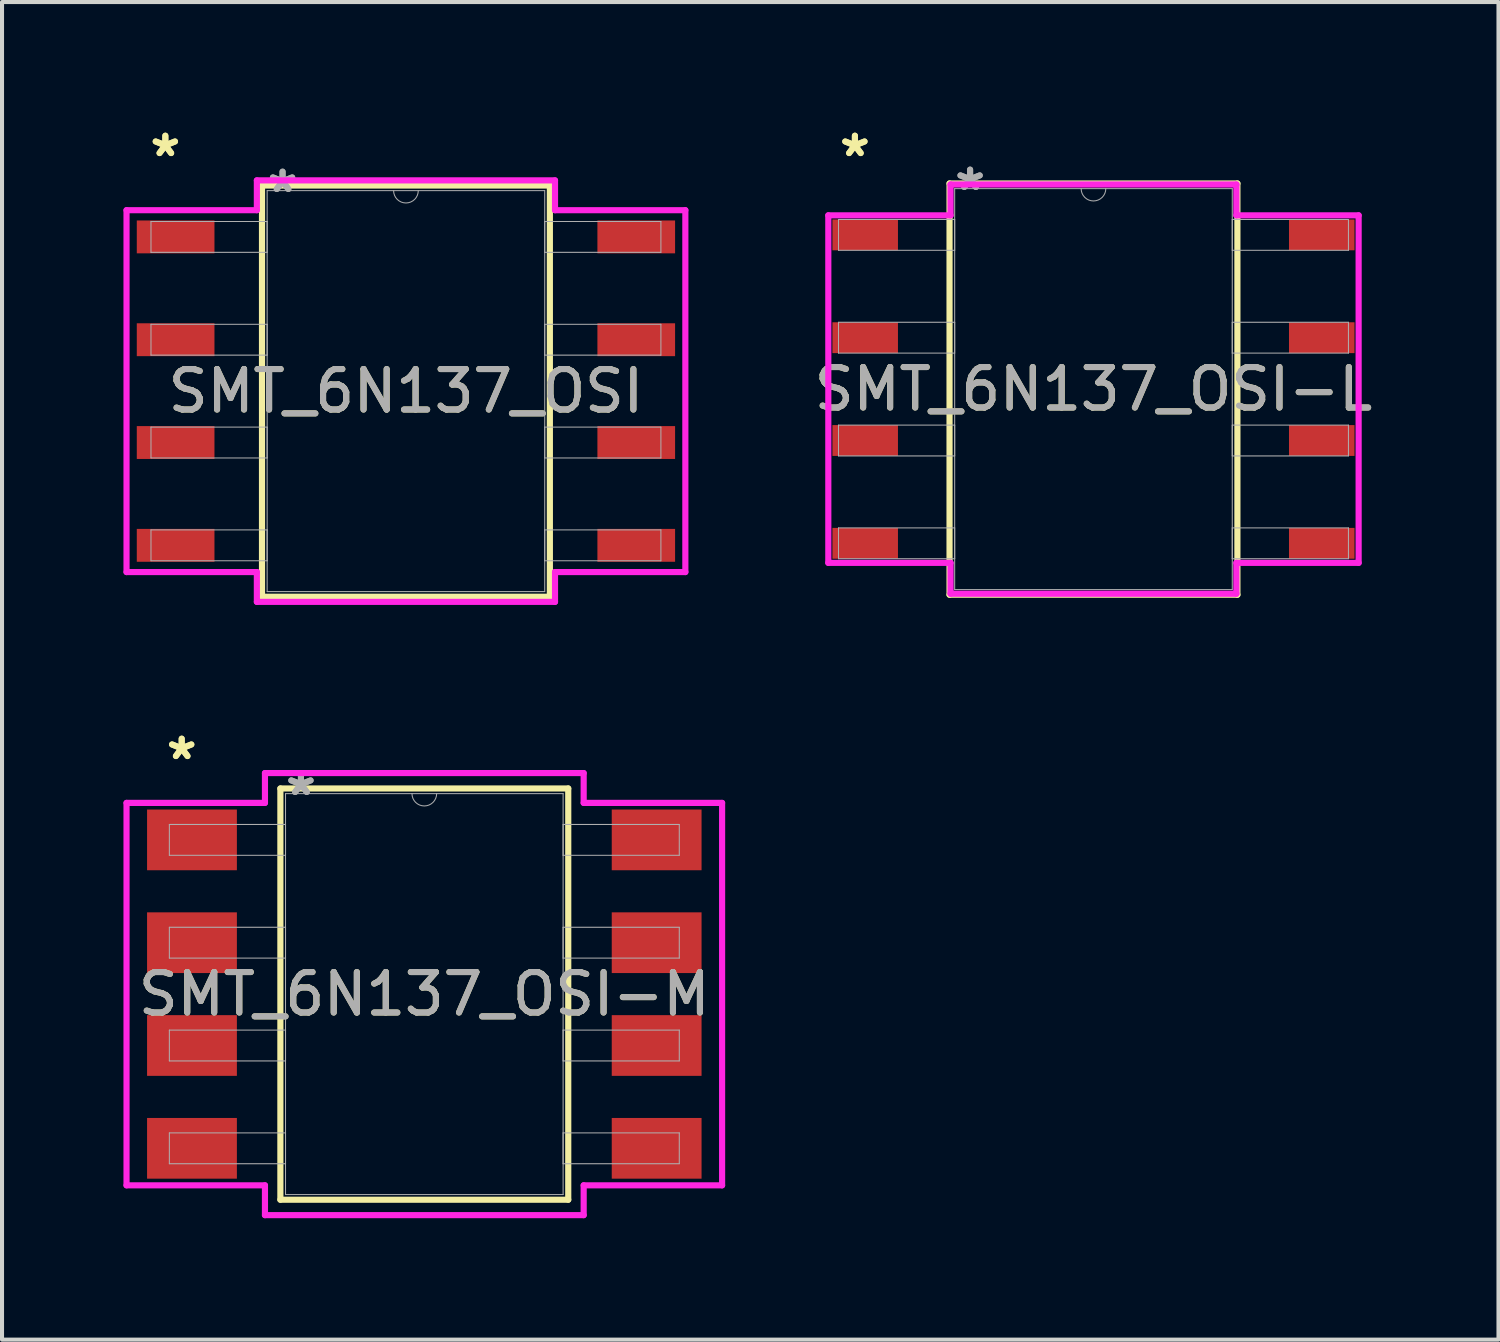
<source format=kicad_pcb>
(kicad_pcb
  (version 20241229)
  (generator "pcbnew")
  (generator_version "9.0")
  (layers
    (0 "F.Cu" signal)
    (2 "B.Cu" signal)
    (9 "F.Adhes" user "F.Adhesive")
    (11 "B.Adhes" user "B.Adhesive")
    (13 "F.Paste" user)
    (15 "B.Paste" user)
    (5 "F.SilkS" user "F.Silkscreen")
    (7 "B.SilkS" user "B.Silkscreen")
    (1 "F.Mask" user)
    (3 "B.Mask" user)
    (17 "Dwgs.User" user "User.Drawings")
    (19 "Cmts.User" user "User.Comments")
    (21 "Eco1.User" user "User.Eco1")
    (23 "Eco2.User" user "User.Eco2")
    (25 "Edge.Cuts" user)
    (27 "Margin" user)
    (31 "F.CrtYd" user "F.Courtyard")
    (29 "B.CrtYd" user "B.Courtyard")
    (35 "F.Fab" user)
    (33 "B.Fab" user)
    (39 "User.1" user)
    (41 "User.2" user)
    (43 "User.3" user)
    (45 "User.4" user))
  (footprint "SMT_6N137_OSI-M"
    (layer "F.Cu")
    (at 7.433 21.51)
    (property "Reference" "SMT_6N137_OSI-M" (at 0 0 0) (unlocked yes) (layer "F.SilkS") (effects (font (size 1 1) (thickness 0.15))))
    (attr smd)
    (fp_line (start -3.556 -5.08) (end -3.556 5.08) (stroke (width 0.152) (type solid)) (layer "F.SilkS"))
    (fp_line (start -3.556 5.08) (end 3.556 5.08) (stroke (width 0.152) (type solid)) (layer "F.SilkS"))
    (fp_line (start 3.556 -5.08) (end -3.556 -5.08) (stroke (width 0.152) (type solid)) (layer "F.SilkS"))
    (fp_line (start 3.556 5.08) (end 3.556 -5.08) (stroke (width 0.152) (type solid)) (layer "F.SilkS"))
    (fp_line (start -7.357 -4.724) (end -3.937 -4.724) (stroke (width 0.152) (type solid)) (layer "F.CrtYd"))
    (fp_line (start -7.357 4.724) (end -7.357 -4.724) (stroke (width 0.152) (type solid)) (layer "F.CrtYd"))
    (fp_line (start -7.357 4.724) (end -3.937 4.724) (stroke (width 0.152) (type solid)) (layer "F.CrtYd"))
    (fp_line (start -3.937 -5.461) (end 3.937 -5.461) (stroke (width 0.152) (type solid)) (layer "F.CrtYd"))
    (fp_line (start -3.937 -4.724) (end -3.937 -5.461) (stroke (width 0.152) (type solid)) (layer "F.CrtYd"))
    (fp_line (start -3.937 5.461) (end -3.937 4.724) (stroke (width 0.152) (type solid)) (layer "F.CrtYd"))
    (fp_line (start 3.937 -5.461) (end 3.937 -4.724) (stroke (width 0.152) (type solid)) (layer "F.CrtYd"))
    (fp_line (start 3.937 4.724) (end 3.937 5.461) (stroke (width 0.152) (type solid)) (layer "F.CrtYd"))
    (fp_line (start 3.937 5.461) (end -3.937 5.461) (stroke (width 0.152) (type solid)) (layer "F.CrtYd"))
    (fp_line (start 7.357 -4.724) (end 3.937 -4.724) (stroke (width 0.152) (type solid)) (layer "F.CrtYd"))
    (fp_line (start 7.357 -4.724) (end 7.357 4.724) (stroke (width 0.152) (type solid)) (layer "F.CrtYd"))
    (fp_line (start 7.357 4.724) (end 3.937 4.724) (stroke (width 0.152) (type solid)) (layer "F.CrtYd"))
    (fp_line (start -6.299 -4.191) (end -6.299 -3.429) (stroke (width 0.025) (type solid)) (layer "F.Fab"))
    (fp_line (start -6.299 -3.429) (end -3.429 -3.429) (stroke (width 0.025) (type solid)) (layer "F.Fab"))
    (fp_line (start -6.299 -1.651) (end -6.299 -0.889) (stroke (width 0.025) (type solid)) (layer "F.Fab"))
    (fp_line (start -6.299 -0.889) (end -3.429 -0.889) (stroke (width 0.025) (type solid)) (layer "F.Fab"))
    (fp_line (start -6.299 0.889) (end -6.299 1.651) (stroke (width 0.025) (type solid)) (layer "F.Fab"))
    (fp_line (start -6.299 1.651) (end -3.429 1.651) (stroke (width 0.025) (type solid)) (layer "F.Fab"))
    (fp_line (start -6.299 3.429) (end -6.299 4.191) (stroke (width 0.025) (type solid)) (layer "F.Fab"))
    (fp_line (start -6.299 4.191) (end -3.429 4.191) (stroke (width 0.025) (type solid)) (layer "F.Fab"))
    (fp_line (start -3.429 -4.953) (end -3.429 4.953) (stroke (width 0.025) (type solid)) (layer "F.Fab"))
    (fp_line (start -3.429 -4.191) (end -6.299 -4.191) (stroke (width 0.025) (type solid)) (layer "F.Fab"))
    (fp_line (start -3.429 -3.429) (end -3.429 -4.191) (stroke (width 0.025) (type solid)) (layer "F.Fab"))
    (fp_line (start -3.429 -1.651) (end -6.299 -1.651) (stroke (width 0.025) (type solid)) (layer "F.Fab"))
    (fp_line (start -3.429 -0.889) (end -3.429 -1.651) (stroke (width 0.025) (type solid)) (layer "F.Fab"))
    (fp_line (start -3.429 0.889) (end -6.299 0.889) (stroke (width 0.025) (type solid)) (layer "F.Fab"))
    (fp_line (start -3.429 1.651) (end -3.429 0.889) (stroke (width 0.025) (type solid)) (layer "F.Fab"))
    (fp_line (start -3.429 3.429) (end -6.299 3.429) (stroke (width 0.025) (type solid)) (layer "F.Fab"))
    (fp_line (start -3.429 4.191) (end -3.429 3.429) (stroke (width 0.025) (type solid)) (layer "F.Fab"))
    (fp_line (start -3.429 4.953) (end 3.429 4.953) (stroke (width 0.025) (type solid)) (layer "F.Fab"))
    (fp_line (start 3.429 -4.953) (end -3.429 -4.953) (stroke (width 0.025) (type solid)) (layer "F.Fab"))
    (fp_line (start 3.429 -4.191) (end 3.429 -3.429) (stroke (width 0.025) (type solid)) (layer "F.Fab"))
    (fp_line (start 3.429 -3.429) (end 6.299 -3.429) (stroke (width 0.025) (type solid)) (layer "F.Fab"))
    (fp_line (start 3.429 -1.651) (end 3.429 -0.889) (stroke (width 0.025) (type solid)) (layer "F.Fab"))
    (fp_line (start 3.429 -0.889) (end 6.299 -0.889) (stroke (width 0.025) (type solid)) (layer "F.Fab"))
    (fp_line (start 3.429 0.889) (end 3.429 1.651) (stroke (width 0.025) (type solid)) (layer "F.Fab"))
    (fp_line (start 3.429 1.651) (end 6.299 1.651) (stroke (width 0.025) (type solid)) (layer "F.Fab"))
    (fp_line (start 3.429 3.429) (end 3.429 4.191) (stroke (width 0.025) (type solid)) (layer "F.Fab"))
    (fp_line (start 3.429 4.191) (end 6.299 4.191) (stroke (width 0.025) (type solid)) (layer "F.Fab"))
    (fp_line (start 3.429 4.953) (end 3.429 -4.953) (stroke (width 0.025) (type solid)) (layer "F.Fab"))
    (fp_line (start 6.299 -4.191) (end 3.429 -4.191) (stroke (width 0.025) (type solid)) (layer "F.Fab"))
    (fp_line (start 6.299 -3.429) (end 6.299 -4.191) (stroke (width 0.025) (type solid)) (layer "F.Fab"))
    (fp_line (start 6.299 -1.651) (end 3.429 -1.651) (stroke (width 0.025) (type solid)) (layer "F.Fab"))
    (fp_line (start 6.299 -0.889) (end 6.299 -1.651) (stroke (width 0.025) (type solid)) (layer "F.Fab"))
    (fp_line (start 6.299 0.889) (end 3.429 0.889) (stroke (width 0.025) (type solid)) (layer "F.Fab"))
    (fp_line (start 6.299 1.651) (end 6.299 0.889) (stroke (width 0.025) (type solid)) (layer "F.Fab"))
    (fp_line (start 6.299 3.429) (end 3.429 3.429) (stroke (width 0.025) (type solid)) (layer "F.Fab"))
    (fp_line (start 6.299 4.191) (end 6.299 3.429) (stroke (width 0.025) (type solid)) (layer "F.Fab"))
    (fp_arc (start 0.3048 -4.953) (mid 0 -4.6482) (end -0.3048 -4.953) (stroke (width 0.0254) (type solid)) (layer "F.Fab"))
    (fp_text user "*" (at -5.994 -5.765 0) (unlocked yes) (layer "F.SilkS") (effects (font (size 1 1) (thickness 0.15))))
    (fp_text user "*" (at -5.994 -5.765 0) (layer "F.SilkS") (effects (font (size 1 1) (thickness 0.15))))
    (fp_text user "${REFERENCE}" (at 0 0 0) (unlocked yes) (layer "F.Fab") (effects (font (size 1 1) (thickness 0.15))))
    (fp_text user "*" (at -3.048 -4.877 0) (unlocked yes) (layer "F.Fab") (effects (font (size 1 1) (thickness 0.15))))
    (fp_text user "*" (at -3.048 -4.877 0) (layer "F.Fab") (effects (font (size 1 1) (thickness 0.15))))
    (pad "1" smd rect (at -5.74 -3.81) (size 2.219 1.5) (layers "F.Cu" "F.Mask" "F.Paste"))
    (pad "2" smd rect (at -5.74 -1.27) (size 2.219 1.5) (layers "F.Cu" "F.Mask" "F.Paste"))
    (pad "3" smd rect (at -5.74 1.27) (size 2.219 1.5) (layers "F.Cu" "F.Mask" "F.Paste"))
    (pad "4" smd rect (at -5.74 3.81) (size 2.219 1.5) (layers "F.Cu" "F.Mask" "F.Paste"))
    (pad "5" smd rect (at 5.74 3.81) (size 2.219 1.5) (layers "F.Cu" "F.Mask" "F.Paste"))
    (pad "6" smd rect (at 5.74 1.27) (size 2.219 1.5) (layers "F.Cu" "F.Mask" "F.Paste"))
    (pad "7" smd rect (at 5.74 -1.27) (size 2.219 1.5) (layers "F.Cu" "F.Mask" "F.Paste"))
    (pad "8" smd rect (at 5.74 -3.81) (size 2.219 1.5) (layers "F.Cu" "F.Mask" "F.Paste")))
  (footprint "SMT_6N137_OSI-L"
    (layer "F.Cu")
    (at 23.965 6.563)
    (property "Reference" "SMT_6N137_OSI-L" (at 0 0 0) (unlocked yes) (layer "F.SilkS") (effects (font (size 1 1) (thickness 0.15))))
    (attr smd)
    (fp_line (start -3.556 -5.08) (end -3.556 5.08) (stroke (width 0.152) (type solid)) (layer "F.SilkS"))
    (fp_line (start -3.556 5.08) (end 3.556 5.08) (stroke (width 0.152) (type solid)) (layer "F.SilkS"))
    (fp_line (start 3.556 -5.08) (end -3.556 -5.08) (stroke (width 0.152) (type solid)) (layer "F.SilkS"))
    (fp_line (start 3.556 5.08) (end 3.556 -5.08) (stroke (width 0.152) (type solid)) (layer "F.SilkS"))
    (fp_line (start -6.551 -4.293) (end -3.531 -4.293) (stroke (width 0.152) (type solid)) (layer "F.CrtYd"))
    (fp_line (start -6.551 4.293) (end -6.551 -4.293) (stroke (width 0.152) (type solid)) (layer "F.CrtYd"))
    (fp_line (start -6.551 4.293) (end -3.531 4.293) (stroke (width 0.152) (type solid)) (layer "F.CrtYd"))
    (fp_line (start -3.531 -5.055) (end 3.531 -5.055) (stroke (width 0.152) (type solid)) (layer "F.CrtYd"))
    (fp_line (start -3.531 -4.293) (end -3.531 -5.055) (stroke (width 0.152) (type solid)) (layer "F.CrtYd"))
    (fp_line (start -3.531 5.055) (end -3.531 4.293) (stroke (width 0.152) (type solid)) (layer "F.CrtYd"))
    (fp_line (start 3.531 -5.055) (end 3.531 -4.293) (stroke (width 0.152) (type solid)) (layer "F.CrtYd"))
    (fp_line (start 3.531 4.293) (end 3.531 5.055) (stroke (width 0.152) (type solid)) (layer "F.CrtYd"))
    (fp_line (start 3.531 5.055) (end -3.531 5.055) (stroke (width 0.152) (type solid)) (layer "F.CrtYd"))
    (fp_line (start 6.551 -4.293) (end 3.531 -4.293) (stroke (width 0.152) (type solid)) (layer "F.CrtYd"))
    (fp_line (start 6.551 -4.293) (end 6.551 4.293) (stroke (width 0.152) (type solid)) (layer "F.CrtYd"))
    (fp_line (start 6.551 4.293) (end 3.531 4.293) (stroke (width 0.152) (type solid)) (layer "F.CrtYd"))
    (fp_line (start -6.299 -4.191) (end -6.299 -3.429) (stroke (width 0.025) (type solid)) (layer "F.Fab"))
    (fp_line (start -6.299 -3.429) (end -3.429 -3.429) (stroke (width 0.025) (type solid)) (layer "F.Fab"))
    (fp_line (start -6.299 -1.651) (end -6.299 -0.889) (stroke (width 0.025) (type solid)) (layer "F.Fab"))
    (fp_line (start -6.299 -0.889) (end -3.429 -0.889) (stroke (width 0.025) (type solid)) (layer "F.Fab"))
    (fp_line (start -6.299 0.889) (end -6.299 1.651) (stroke (width 0.025) (type solid)) (layer "F.Fab"))
    (fp_line (start -6.299 1.651) (end -3.429 1.651) (stroke (width 0.025) (type solid)) (layer "F.Fab"))
    (fp_line (start -6.299 3.429) (end -6.299 4.191) (stroke (width 0.025) (type solid)) (layer "F.Fab"))
    (fp_line (start -6.299 4.191) (end -3.429 4.191) (stroke (width 0.025) (type solid)) (layer "F.Fab"))
    (fp_line (start -3.429 -4.953) (end -3.429 4.953) (stroke (width 0.025) (type solid)) (layer "F.Fab"))
    (fp_line (start -3.429 -4.191) (end -6.299 -4.191) (stroke (width 0.025) (type solid)) (layer "F.Fab"))
    (fp_line (start -3.429 -3.429) (end -3.429 -4.191) (stroke (width 0.025) (type solid)) (layer "F.Fab"))
    (fp_line (start -3.429 -1.651) (end -6.299 -1.651) (stroke (width 0.025) (type solid)) (layer "F.Fab"))
    (fp_line (start -3.429 -0.889) (end -3.429 -1.651) (stroke (width 0.025) (type solid)) (layer "F.Fab"))
    (fp_line (start -3.429 0.889) (end -6.299 0.889) (stroke (width 0.025) (type solid)) (layer "F.Fab"))
    (fp_line (start -3.429 1.651) (end -3.429 0.889) (stroke (width 0.025) (type solid)) (layer "F.Fab"))
    (fp_line (start -3.429 3.429) (end -6.299 3.429) (stroke (width 0.025) (type solid)) (layer "F.Fab"))
    (fp_line (start -3.429 4.191) (end -3.429 3.429) (stroke (width 0.025) (type solid)) (layer "F.Fab"))
    (fp_line (start -3.429 4.953) (end 3.429 4.953) (stroke (width 0.025) (type solid)) (layer "F.Fab"))
    (fp_line (start 3.429 -4.953) (end -3.429 -4.953) (stroke (width 0.025) (type solid)) (layer "F.Fab"))
    (fp_line (start 3.429 -4.191) (end 3.429 -3.429) (stroke (width 0.025) (type solid)) (layer "F.Fab"))
    (fp_line (start 3.429 -3.429) (end 6.299 -3.429) (stroke (width 0.025) (type solid)) (layer "F.Fab"))
    (fp_line (start 3.429 -1.651) (end 3.429 -0.889) (stroke (width 0.025) (type solid)) (layer "F.Fab"))
    (fp_line (start 3.429 -0.889) (end 6.299 -0.889) (stroke (width 0.025) (type solid)) (layer "F.Fab"))
    (fp_line (start 3.429 0.889) (end 3.429 1.651) (stroke (width 0.025) (type solid)) (layer "F.Fab"))
    (fp_line (start 3.429 1.651) (end 6.299 1.651) (stroke (width 0.025) (type solid)) (layer "F.Fab"))
    (fp_line (start 3.429 3.429) (end 3.429 4.191) (stroke (width 0.025) (type solid)) (layer "F.Fab"))
    (fp_line (start 3.429 4.191) (end 6.299 4.191) (stroke (width 0.025) (type solid)) (layer "F.Fab"))
    (fp_line (start 3.429 4.953) (end 3.429 -4.953) (stroke (width 0.025) (type solid)) (layer "F.Fab"))
    (fp_line (start 6.299 -4.191) (end 3.429 -4.191) (stroke (width 0.025) (type solid)) (layer "F.Fab"))
    (fp_line (start 6.299 -3.429) (end 6.299 -4.191) (stroke (width 0.025) (type solid)) (layer "F.Fab"))
    (fp_line (start 6.299 -1.651) (end 3.429 -1.651) (stroke (width 0.025) (type solid)) (layer "F.Fab"))
    (fp_line (start 6.299 -0.889) (end 6.299 -1.651) (stroke (width 0.025) (type solid)) (layer "F.Fab"))
    (fp_line (start 6.299 0.889) (end 3.429 0.889) (stroke (width 0.025) (type solid)) (layer "F.Fab"))
    (fp_line (start 6.299 1.651) (end 6.299 0.889) (stroke (width 0.025) (type solid)) (layer "F.Fab"))
    (fp_line (start 6.299 3.429) (end 3.429 3.429) (stroke (width 0.025) (type solid)) (layer "F.Fab"))
    (fp_line (start 6.299 4.191) (end 6.299 3.429) (stroke (width 0.025) (type solid)) (layer "F.Fab"))
    (fp_arc (start 0.3048 -4.953) (mid 0 -4.6482) (end -0.3048 -4.953) (stroke (width 0.0254) (type solid)) (layer "F.Fab"))
    (fp_text user "*" (at -5.894 -5.715 0) (unlocked yes) (layer "F.SilkS") (effects (font (size 1 1) (thickness 0.15))))
    (fp_text user "*" (at -5.894 -5.715 0) (layer "F.SilkS") (effects (font (size 1 1) (thickness 0.15))))
    (fp_text user "*" (at -3.048 -4.877 0) (unlocked yes) (layer "F.Fab") (effects (font (size 1 1) (thickness 0.15))))
    (fp_text user "${REFERENCE}" (at 0 0 0) (unlocked yes) (layer "F.Fab") (effects (font (size 1 1) (thickness 0.15))))
    (fp_text user "*" (at -3.048 -4.877 0) (layer "F.Fab") (effects (font (size 1 1) (thickness 0.15))))
    (pad "1" smd rect (at -5.64 -3.81) (size 1.619 0.762) (layers "F.Cu" "F.Mask" "F.Paste"))
    (pad "2" smd rect (at -5.64 -1.27) (size 1.619 0.762) (layers "F.Cu" "F.Mask" "F.Paste"))
    (pad "3" smd rect (at -5.64 1.27) (size 1.619 0.762) (layers "F.Cu" "F.Mask" "F.Paste"))
    (pad "4" smd rect (at -5.64 3.81) (size 1.619 0.762) (layers "F.Cu" "F.Mask" "F.Paste"))
    (pad "5" smd rect (at 5.64 3.81) (size 1.619 0.762) (layers "F.Cu" "F.Mask" "F.Paste"))
    (pad "6" smd rect (at 5.64 1.27) (size 1.619 0.762) (layers "F.Cu" "F.Mask" "F.Paste"))
    (pad "7" smd rect (at 5.64 -1.27) (size 1.619 0.762) (layers "F.Cu" "F.Mask" "F.Paste"))
    (pad "8" smd rect (at 5.64 -3.81) (size 1.619 0.762) (layers "F.Cu" "F.Mask" "F.Paste")))
  (footprint "SMT_6N137_OSI"
    (layer "F.Cu")
    (at 6.979 6.613)
    (property "Reference" "SMT_6N137_OSI" (at 0 0 0) (unlocked yes) (layer "F.SilkS") (effects (font (size 1 1) (thickness 0.15))))
    (attr smd)
    (fp_line (start -3.556 -5.08) (end -3.556 5.08) (stroke (width 0.152) (type solid)) (layer "F.SilkS"))
    (fp_line (start -3.556 5.08) (end 3.556 5.08) (stroke (width 0.152) (type solid)) (layer "F.SilkS"))
    (fp_line (start 3.556 -5.08) (end -3.556 -5.08) (stroke (width 0.152) (type solid)) (layer "F.SilkS"))
    (fp_line (start 3.556 5.08) (end 3.556 -5.08) (stroke (width 0.152) (type solid)) (layer "F.SilkS"))
    (fp_line (start -6.903 -4.47) (end -3.683 -4.47) (stroke (width 0.152) (type solid)) (layer "F.CrtYd"))
    (fp_line (start -6.903 4.47) (end -6.903 -4.47) (stroke (width 0.152) (type solid)) (layer "F.CrtYd"))
    (fp_line (start -6.903 4.47) (end -3.683 4.47) (stroke (width 0.152) (type solid)) (layer "F.CrtYd"))
    (fp_line (start -3.683 -5.207) (end 3.683 -5.207) (stroke (width 0.152) (type solid)) (layer "F.CrtYd"))
    (fp_line (start -3.683 -4.47) (end -3.683 -5.207) (stroke (width 0.152) (type solid)) (layer "F.CrtYd"))
    (fp_line (start -3.683 5.207) (end -3.683 4.47) (stroke (width 0.152) (type solid)) (layer "F.CrtYd"))
    (fp_line (start 3.683 -5.207) (end 3.683 -4.47) (stroke (width 0.152) (type solid)) (layer "F.CrtYd"))
    (fp_line (start 3.683 4.47) (end 3.683 5.207) (stroke (width 0.152) (type solid)) (layer "F.CrtYd"))
    (fp_line (start 3.683 5.207) (end -3.683 5.207) (stroke (width 0.152) (type solid)) (layer "F.CrtYd"))
    (fp_line (start 6.903 -4.47) (end 3.683 -4.47) (stroke (width 0.152) (type solid)) (layer "F.CrtYd"))
    (fp_line (start 6.903 -4.47) (end 6.903 4.47) (stroke (width 0.152) (type solid)) (layer "F.CrtYd"))
    (fp_line (start 6.903 4.47) (end 3.683 4.47) (stroke (width 0.152) (type solid)) (layer "F.CrtYd"))
    (fp_line (start -6.299 -4.191) (end -6.299 -3.429) (stroke (width 0.025) (type solid)) (layer "F.Fab"))
    (fp_line (start -6.299 -3.429) (end -3.429 -3.429) (stroke (width 0.025) (type solid)) (layer "F.Fab"))
    (fp_line (start -6.299 -1.651) (end -6.299 -0.889) (stroke (width 0.025) (type solid)) (layer "F.Fab"))
    (fp_line (start -6.299 -0.889) (end -3.429 -0.889) (stroke (width 0.025) (type solid)) (layer "F.Fab"))
    (fp_line (start -6.299 0.889) (end -6.299 1.651) (stroke (width 0.025) (type solid)) (layer "F.Fab"))
    (fp_line (start -6.299 1.651) (end -3.429 1.651) (stroke (width 0.025) (type solid)) (layer "F.Fab"))
    (fp_line (start -6.299 3.429) (end -6.299 4.191) (stroke (width 0.025) (type solid)) (layer "F.Fab"))
    (fp_line (start -6.299 4.191) (end -3.429 4.191) (stroke (width 0.025) (type solid)) (layer "F.Fab"))
    (fp_line (start -3.429 -4.953) (end -3.429 4.953) (stroke (width 0.025) (type solid)) (layer "F.Fab"))
    (fp_line (start -3.429 -4.191) (end -6.299 -4.191) (stroke (width 0.025) (type solid)) (layer "F.Fab"))
    (fp_line (start -3.429 -3.429) (end -3.429 -4.191) (stroke (width 0.025) (type solid)) (layer "F.Fab"))
    (fp_line (start -3.429 -1.651) (end -6.299 -1.651) (stroke (width 0.025) (type solid)) (layer "F.Fab"))
    (fp_line (start -3.429 -0.889) (end -3.429 -1.651) (stroke (width 0.025) (type solid)) (layer "F.Fab"))
    (fp_line (start -3.429 0.889) (end -6.299 0.889) (stroke (width 0.025) (type solid)) (layer "F.Fab"))
    (fp_line (start -3.429 1.651) (end -3.429 0.889) (stroke (width 0.025) (type solid)) (layer "F.Fab"))
    (fp_line (start -3.429 3.429) (end -6.299 3.429) (stroke (width 0.025) (type solid)) (layer "F.Fab"))
    (fp_line (start -3.429 4.191) (end -3.429 3.429) (stroke (width 0.025) (type solid)) (layer "F.Fab"))
    (fp_line (start -3.429 4.953) (end 3.429 4.953) (stroke (width 0.025) (type solid)) (layer "F.Fab"))
    (fp_line (start 3.429 -4.953) (end -3.429 -4.953) (stroke (width 0.025) (type solid)) (layer "F.Fab"))
    (fp_line (start 3.429 -4.191) (end 3.429 -3.429) (stroke (width 0.025) (type solid)) (layer "F.Fab"))
    (fp_line (start 3.429 -3.429) (end 6.299 -3.429) (stroke (width 0.025) (type solid)) (layer "F.Fab"))
    (fp_line (start 3.429 -1.651) (end 3.429 -0.889) (stroke (width 0.025) (type solid)) (layer "F.Fab"))
    (fp_line (start 3.429 -0.889) (end 6.299 -0.889) (stroke (width 0.025) (type solid)) (layer "F.Fab"))
    (fp_line (start 3.429 0.889) (end 3.429 1.651) (stroke (width 0.025) (type solid)) (layer "F.Fab"))
    (fp_line (start 3.429 1.651) (end 6.299 1.651) (stroke (width 0.025) (type solid)) (layer "F.Fab"))
    (fp_line (start 3.429 3.429) (end 3.429 4.191) (stroke (width 0.025) (type solid)) (layer "F.Fab"))
    (fp_line (start 3.429 4.191) (end 6.299 4.191) (stroke (width 0.025) (type solid)) (layer "F.Fab"))
    (fp_line (start 3.429 4.953) (end 3.429 -4.953) (stroke (width 0.025) (type solid)) (layer "F.Fab"))
    (fp_line (start 6.299 -4.191) (end 3.429 -4.191) (stroke (width 0.025) (type solid)) (layer "F.Fab"))
    (fp_line (start 6.299 -3.429) (end 6.299 -4.191) (stroke (width 0.025) (type solid)) (layer "F.Fab"))
    (fp_line (start 6.299 -1.651) (end 3.429 -1.651) (stroke (width 0.025) (type solid)) (layer "F.Fab"))
    (fp_line (start 6.299 -0.889) (end 6.299 -1.651) (stroke (width 0.025) (type solid)) (layer "F.Fab"))
    (fp_line (start 6.299 0.889) (end 3.429 0.889) (stroke (width 0.025) (type solid)) (layer "F.Fab"))
    (fp_line (start 6.299 1.651) (end 6.299 0.889) (stroke (width 0.025) (type solid)) (layer "F.Fab"))
    (fp_line (start 6.299 3.429) (end 3.429 3.429) (stroke (width 0.025) (type solid)) (layer "F.Fab"))
    (fp_line (start 6.299 4.191) (end 6.299 3.429) (stroke (width 0.025) (type solid)) (layer "F.Fab"))
    (fp_arc (start 0.3048 -4.953) (mid 0 -4.6482) (end -0.3048 -4.953) (stroke (width 0.0254) (type solid)) (layer "F.Fab"))
    (fp_text user "*" (at -5.944 -5.765 0) (layer "F.SilkS") (effects (font (size 1 1) (thickness 0.15))))
    (fp_text user "*" (at -5.944 -5.765 0) (unlocked yes) (layer "F.SilkS") (effects (font (size 1 1) (thickness 0.15))))
    (fp_text user "*" (at -3.048 -4.877 0) (unlocked yes) (layer "F.Fab") (effects (font (size 1 1) (thickness 0.15))))
    (fp_text user "*" (at -3.048 -4.877 0) (layer "F.Fab") (effects (font (size 1 1) (thickness 0.15))))
    (fp_text user "${REFERENCE}" (at 0 0 0) (unlocked yes) (layer "F.Fab") (effects (font (size 1 1) (thickness 0.15))))
    (pad "1" smd rect (at -5.69 -3.81) (size 1.919 0.812) (layers "F.Cu" "F.Mask" "F.Paste"))
    (pad "2" smd rect (at -5.69 -1.27) (size 1.919 0.812) (layers "F.Cu" "F.Mask" "F.Paste"))
    (pad "3" smd rect (at -5.69 1.27) (size 1.919 0.812) (layers "F.Cu" "F.Mask" "F.Paste"))
    (pad "4" smd rect (at -5.69 3.81) (size 1.919 0.812) (layers "F.Cu" "F.Mask" "F.Paste"))
    (pad "5" smd rect (at 5.69 3.81) (size 1.919 0.812) (layers "F.Cu" "F.Mask" "F.Paste"))
    (pad "6" smd rect (at 5.69 1.27) (size 1.919 0.812) (layers "F.Cu" "F.Mask" "F.Paste"))
    (pad "7" smd rect (at 5.69 -1.27) (size 1.919 0.812) (layers "F.Cu" "F.Mask" "F.Paste"))
    (pad "8" smd rect (at 5.69 -3.81) (size 1.919 0.812) (layers "F.Cu" "F.Mask" "F.Paste")))
  (gr_rect
    (start -3 -3)
    (end 33.971 30.047)
    (stroke (width 0.1) (type default))
    (fill no)
    (layer "Edge.Cuts")))
</source>
